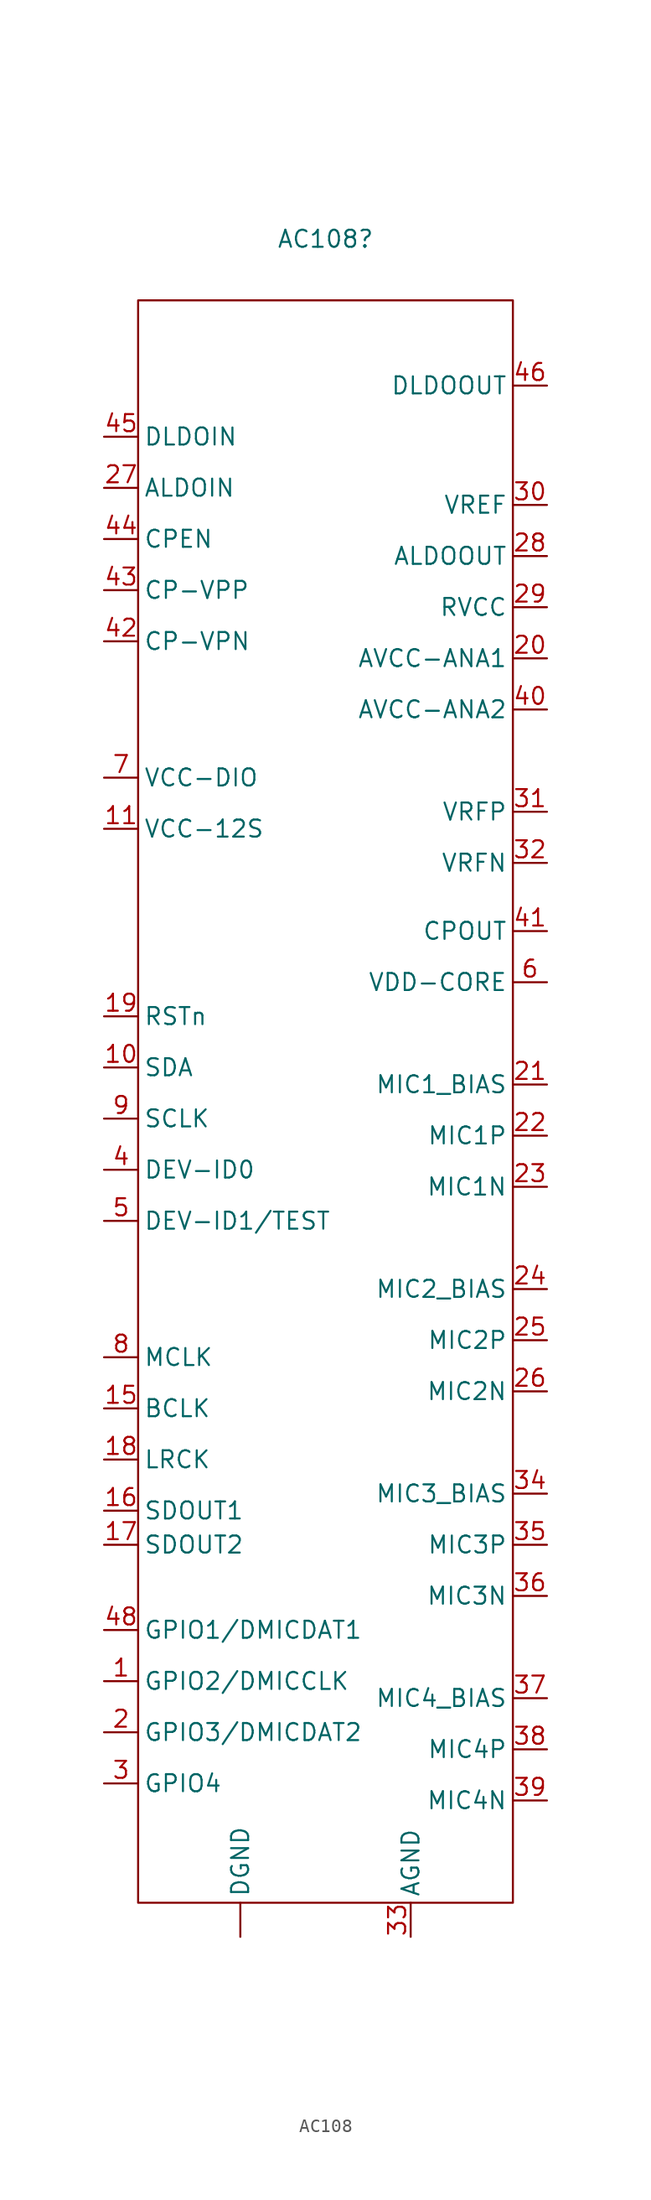
<source format=kicad_sym>
(kicad_symbol_lib
  (version 20231120)
  (generator "kicad_symbol_editor")
  (generator_version "8.0")
  (symbol "AC108"
    (pin_names
      (offset 0.4))
    (property "Reference" "AC108"
      (at 0 60.452 0)
      (effects (font (size 1.27 1.27))))
    (property "Value" ""
      (at 0 60.96 0)
      (effects (font (size 1.27 1.27))))
    (symbol "AC108_0_1"
      (rectangle (start -13.97 55.88) (end 13.97 -63.5) (stroke (width 0) (type default)) (fill (type none))))
    (symbol "AC108_1_1"
      (pin power_in line (at -6.35 -66.04 90) (length 2.54) (name "DGND" (effects (font (size 1.27 1.27)))) (number "" (effects (font (size 1.27 1.27)))))
      (pin bidirectional line (at -16.51 -46.99 0) (length 2.54) (name "GPIO2/DMICCLK" (effects (font (size 1.27 1.27)))) (number "1" (effects (font (size 1.27 1.27)))))
      (pin bidirectional line (at -16.51 -1.27 0) (length 2.54) (name "SDA" (effects (font (size 1.27 1.27)))) (number "10" (effects (font (size 1.27 1.27)))))
      (pin power_in line (at -16.51 16.51 0) (length 2.54) (name "VCC-12S" (effects (font (size 1.27 1.27)))) (number "11" (effects (font (size 1.27 1.27)))))
      (pin bidirectional line (at -16.51 -26.67 0) (length 2.54) (name "BCLK" (effects (font (size 1.27 1.27)))) (number "15" (effects (font (size 1.27 1.27)))))
      (pin output line (at -16.51 -34.29 0) (length 2.54) (name "SDOUT1" (effects (font (size 1.27 1.27)))) (number "16" (effects (font (size 1.27 1.27)))))
      (pin output line (at -16.51 -36.83 0) (length 2.54) (name "SDOUT2" (effects (font (size 1.27 1.27)))) (number "17" (effects (font (size 1.27 1.27)))))
      (pin bidirectional line (at -16.51 -30.48 0) (length 2.54) (name "LRCK" (effects (font (size 1.27 1.27)))) (number "18" (effects (font (size 1.27 1.27)))))
      (pin input line (at -16.51 2.54 0) (length 2.54) (name "RSTn" (effects (font (size 1.27 1.27)))) (number "19" (effects (font (size 1.27 1.27)))))
      (pin bidirectional line (at -16.51 -50.8 0) (length 2.54) (name "GPIO3/DMICDAT2" (effects (font (size 1.27 1.27)))) (number "2" (effects (font (size 1.27 1.27)))))
      (pin power_in line (at 16.51 29.21 180) (length 2.54) (name "AVCC-ANA1" (effects (font (size 1.27 1.27)))) (number "20" (effects (font (size 1.27 1.27)))))
      (pin output line (at 16.51 -2.54 180) (length 2.54) (name "MIC1_BIAS" (effects (font (size 1.27 1.27)))) (number "21" (effects (font (size 1.27 1.27)))))
      (pin input line (at 16.51 -6.35 180) (length 2.54) (name "MIC1P" (effects (font (size 1.27 1.27)))) (number "22" (effects (font (size 1.27 1.27)))))
      (pin input line (at 16.51 -10.16 180) (length 2.54) (name "MIC1N" (effects (font (size 1.27 1.27)))) (number "23" (effects (font (size 1.27 1.27)))))
      (pin output line (at 16.51 -17.78 180) (length 2.54) (name "MIC2_BIAS" (effects (font (size 1.27 1.27)))) (number "24" (effects (font (size 1.27 1.27)))))
      (pin input line (at 16.51 -21.59 180) (length 2.54) (name "MIC2P" (effects (font (size 1.27 1.27)))) (number "25" (effects (font (size 1.27 1.27)))))
      (pin input line (at 16.51 -25.4 180) (length 2.54) (name "MIC2N" (effects (font (size 1.27 1.27)))) (number "26" (effects (font (size 1.27 1.27)))))
      (pin power_in line (at -16.51 41.91 0) (length 2.54) (name "ALDOIN" (effects (font (size 1.27 1.27)))) (number "27" (effects (font (size 1.27 1.27)))))
      (pin power_out line (at 16.51 36.83 180) (length 2.54) (name "ALDOOUT" (effects (font (size 1.27 1.27)))) (number "28" (effects (font (size 1.27 1.27)))))
      (pin power_in line (at 16.51 33.02 180) (length 2.54) (name "RVCC" (effects (font (size 1.27 1.27)))) (number "29" (effects (font (size 1.27 1.27)))))
      (pin bidirectional line (at -16.51 -54.61 0) (length 2.54) (name "GPIO4" (effects (font (size 1.27 1.27)))) (number "3" (effects (font (size 1.27 1.27)))))
      (pin output line (at 16.51 40.64 180) (length 2.54) (name "VREF" (effects (font (size 1.27 1.27)))) (number "30" (effects (font (size 1.27 1.27)))))
      (pin output line (at 16.51 17.78 180) (length 2.54) (name "VRFP" (effects (font (size 1.27 1.27)))) (number "31" (effects (font (size 1.27 1.27)))))
      (pin output line (at 16.51 13.97 180) (length 2.54) (name "VRFN" (effects (font (size 1.27 1.27)))) (number "32" (effects (font (size 1.27 1.27)))))
      (pin power_in line (at 6.35 -66.04 90) (length 2.54) (name "AGND" (effects (font (size 1.27 1.27)))) (number "33" (effects (font (size 1.27 1.27)))))
      (pin output line (at 16.51 -33.02 180) (length 2.54) (name "MIC3_BIAS" (effects (font (size 1.27 1.27)))) (number "34" (effects (font (size 1.27 1.27)))))
      (pin input line (at 16.51 -36.83 180) (length 2.54) (name "MIC3P" (effects (font (size 1.27 1.27)))) (number "35" (effects (font (size 1.27 1.27)))))
      (pin input line (at 16.51 -40.64 180) (length 2.54) (name "MIC3N" (effects (font (size 1.27 1.27)))) (number "36" (effects (font (size 1.27 1.27)))))
      (pin output line (at 16.51 -48.26 180) (length 2.54) (name "MIC4_BIAS" (effects (font (size 1.27 1.27)))) (number "37" (effects (font (size 1.27 1.27)))))
      (pin input line (at 16.51 -52.07 180) (length 2.54) (name "MIC4P" (effects (font (size 1.27 1.27)))) (number "38" (effects (font (size 1.27 1.27)))))
      (pin input line (at 16.51 -55.88 180) (length 2.54) (name "MIC4N" (effects (font (size 1.27 1.27)))) (number "39" (effects (font (size 1.27 1.27)))))
      (pin input line (at -16.51 -8.89 0) (length 2.54) (name "DEV-ID0" (effects (font (size 1.27 1.27)))) (number "4" (effects (font (size 1.27 1.27)))))
      (pin power_in line (at 16.51 25.4 180) (length 2.54) (name "AVCC-ANA2" (effects (font (size 1.27 1.27)))) (number "40" (effects (font (size 1.27 1.27)))))
      (pin power_out line (at 16.51 8.89 180) (length 2.54) (name "CPOUT" (effects (font (size 1.27 1.27)))) (number "41" (effects (font (size 1.27 1.27)))))
      (pin bidirectional line (at -16.51 30.48 0) (length 2.54) (name "CP-VPN" (effects (font (size 1.27 1.27)))) (number "42" (effects (font (size 1.27 1.27)))))
      (pin bidirectional line (at -16.51 34.29 0) (length 2.54) (name "CP-VPP" (effects (font (size 1.27 1.27)))) (number "43" (effects (font (size 1.27 1.27)))))
      (pin input line (at -16.51 38.1 0) (length 2.54) (name "CPEN" (effects (font (size 1.27 1.27)))) (number "44" (effects (font (size 1.27 1.27)))))
      (pin power_in line (at -16.51 45.72 0) (length 2.54) (name "DLDOIN" (effects (font (size 1.27 1.27)))) (number "45" (effects (font (size 1.27 1.27)))))
      (pin power_out line (at 16.51 49.53 180) (length 2.54) (name "DLDOOUT" (effects (font (size 1.27 1.27)))) (number "46" (effects (font (size 1.27 1.27)))))
      (pin bidirectional line (at -16.51 -43.18 0) (length 2.54) (name "GPIO1/DMICDAT1" (effects (font (size 1.27 1.27)))) (number "48" (effects (font (size 1.27 1.27)))))
      (pin input line (at -16.51 -12.7 0) (length 2.54) (name "DEV-ID1/TEST" (effects (font (size 1.27 1.27)))) (number "5" (effects (font (size 1.27 1.27)))))
      (pin power_out line (at 16.51 5.08 180) (length 2.54) (name "VDD-CORE" (effects (font (size 1.27 1.27)))) (number "6" (effects (font (size 1.27 1.27)))))
      (pin power_in line (at -16.51 20.32 0) (length 2.54) (name "VCC-DIO" (effects (font (size 1.27 1.27)))) (number "7" (effects (font (size 1.27 1.27)))))
      (pin input line (at -16.51 -22.86 0) (length 2.54) (name "MCLK" (effects (font (size 1.27 1.27)))) (number "8" (effects (font (size 1.27 1.27)))))
      (pin input line (at -16.51 -5.08 0) (length 2.54) (name "SCLK" (effects (font (size 1.27 1.27)))) (number "9" (effects (font (size 1.27 1.27))))))))
</source>
